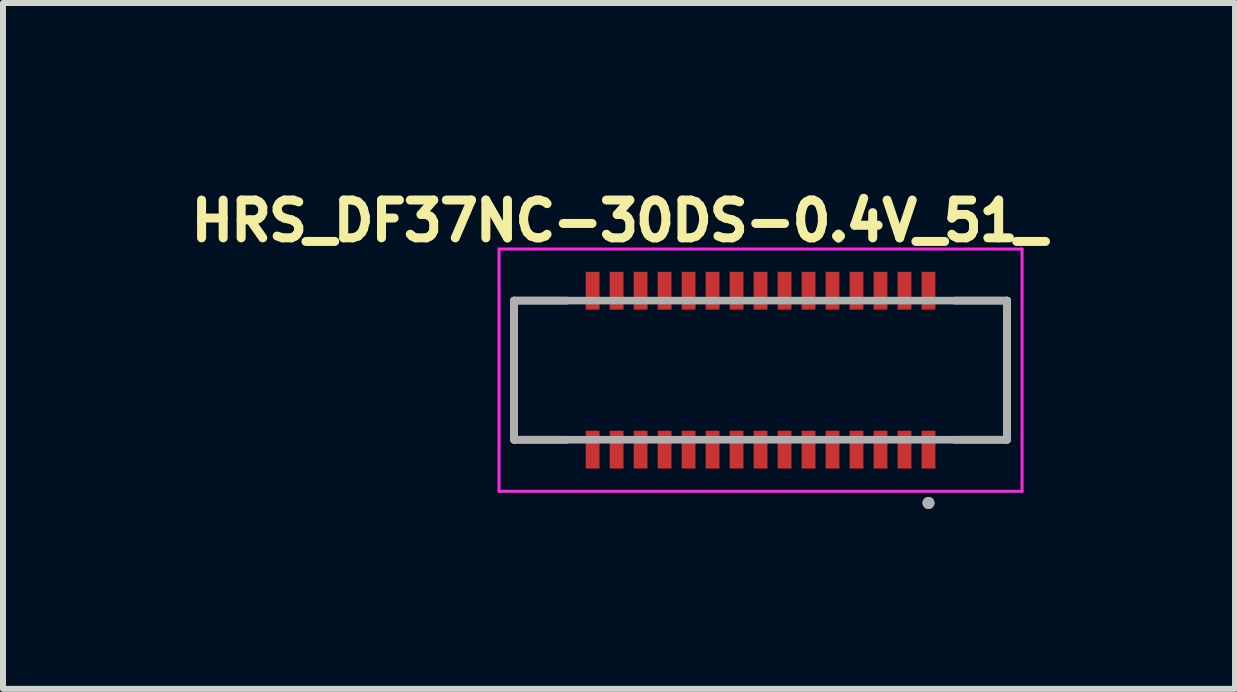
<source format=kicad_pcb>
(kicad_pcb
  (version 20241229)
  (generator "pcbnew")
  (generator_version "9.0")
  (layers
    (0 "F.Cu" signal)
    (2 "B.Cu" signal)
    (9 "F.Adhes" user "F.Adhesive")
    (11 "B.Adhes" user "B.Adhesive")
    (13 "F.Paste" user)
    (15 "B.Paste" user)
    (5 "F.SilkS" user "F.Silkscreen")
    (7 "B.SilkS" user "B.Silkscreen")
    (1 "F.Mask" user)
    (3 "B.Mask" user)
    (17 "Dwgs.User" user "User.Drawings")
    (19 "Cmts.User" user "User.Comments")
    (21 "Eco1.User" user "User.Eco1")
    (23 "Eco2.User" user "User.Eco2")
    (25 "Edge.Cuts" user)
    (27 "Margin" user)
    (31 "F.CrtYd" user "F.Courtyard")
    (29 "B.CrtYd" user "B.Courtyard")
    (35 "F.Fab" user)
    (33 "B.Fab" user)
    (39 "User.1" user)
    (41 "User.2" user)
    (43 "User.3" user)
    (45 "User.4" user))
  (footprint "HRS_DF37NC-30DS-0.4V_51_"
    (layer "F.Cu")
    (at 9.631 3.122)
    (property "Reference" "HRS_DF37NC-30DS-0.4V_51_" (at -2.36 -2.49 0) (layer "F.SilkS") (effects (font (size 0.63 0.63) (thickness 0.15))))
    (attr smd)
    (fp_poly (pts (xy -2.965 -1.69) (xy -2.635 -1.69) (xy -2.635 -0.96) (xy -2.965 -0.96)) (stroke (width 0.01) (type solid)) (fill yes) (layer "F.Mask"))
    (fp_poly (pts (xy -2.965 0.96) (xy -2.635 0.96) (xy -2.635 1.69) (xy -2.965 1.69)) (stroke (width 0.01) (type solid)) (fill yes) (layer "F.Mask"))
    (fp_poly (pts (xy -2.565 -1.69) (xy -2.235 -1.69) (xy -2.235 -0.96) (xy -2.565 -0.96)) (stroke (width 0.01) (type solid)) (fill yes) (layer "F.Mask"))
    (fp_poly (pts (xy -2.565 0.96) (xy -2.235 0.96) (xy -2.235 1.69) (xy -2.565 1.69)) (stroke (width 0.01) (type solid)) (fill yes) (layer "F.Mask"))
    (fp_poly (pts (xy -2.165 -1.69) (xy -1.835 -1.69) (xy -1.835 -0.96) (xy -2.165 -0.96)) (stroke (width 0.01) (type solid)) (fill yes) (layer "F.Mask"))
    (fp_poly (pts (xy -2.165 0.96) (xy -1.835 0.96) (xy -1.835 1.69) (xy -2.165 1.69)) (stroke (width 0.01) (type solid)) (fill yes) (layer "F.Mask"))
    (fp_poly (pts (xy -1.765 -1.69) (xy -1.435 -1.69) (xy -1.435 -0.96) (xy -1.765 -0.96)) (stroke (width 0.01) (type solid)) (fill yes) (layer "F.Mask"))
    (fp_poly (pts (xy -1.765 0.96) (xy -1.435 0.96) (xy -1.435 1.69) (xy -1.765 1.69)) (stroke (width 0.01) (type solid)) (fill yes) (layer "F.Mask"))
    (fp_poly (pts (xy -1.365 -1.69) (xy -1.035 -1.69) (xy -1.035 -0.96) (xy -1.365 -0.96)) (stroke (width 0.01) (type solid)) (fill yes) (layer "F.Mask"))
    (fp_poly (pts (xy -1.365 0.96) (xy -1.035 0.96) (xy -1.035 1.69) (xy -1.365 1.69)) (stroke (width 0.01) (type solid)) (fill yes) (layer "F.Mask"))
    (fp_poly (pts (xy -0.965 -1.69) (xy -0.635 -1.69) (xy -0.635 -0.96) (xy -0.965 -0.96)) (stroke (width 0.01) (type solid)) (fill yes) (layer "F.Mask"))
    (fp_poly (pts (xy -0.965 0.96) (xy -0.635 0.96) (xy -0.635 1.69) (xy -0.965 1.69)) (stroke (width 0.01) (type solid)) (fill yes) (layer "F.Mask"))
    (fp_poly (pts (xy -0.565 -1.69) (xy -0.235 -1.69) (xy -0.235 -0.96) (xy -0.565 -0.96)) (stroke (width 0.01) (type solid)) (fill yes) (layer "F.Mask"))
    (fp_poly (pts (xy -0.565 0.96) (xy -0.235 0.96) (xy -0.235 1.69) (xy -0.565 1.69)) (stroke (width 0.01) (type solid)) (fill yes) (layer "F.Mask"))
    (fp_poly (pts (xy -0.165 -1.69) (xy 0.165 -1.69) (xy 0.165 -0.96) (xy -0.165 -0.96)) (stroke (width 0.01) (type solid)) (fill yes) (layer "F.Mask"))
    (fp_poly (pts (xy -0.165 0.96) (xy 0.165 0.96) (xy 0.165 1.69) (xy -0.165 1.69)) (stroke (width 0.01) (type solid)) (fill yes) (layer "F.Mask"))
    (fp_poly (pts (xy 0.235 -1.69) (xy 0.565 -1.69) (xy 0.565 -0.96) (xy 0.235 -0.96)) (stroke (width 0.01) (type solid)) (fill yes) (layer "F.Mask"))
    (fp_poly (pts (xy 0.235 0.96) (xy 0.565 0.96) (xy 0.565 1.69) (xy 0.235 1.69)) (stroke (width 0.01) (type solid)) (fill yes) (layer "F.Mask"))
    (fp_poly (pts (xy 0.635 -1.69) (xy 0.965 -1.69) (xy 0.965 -0.96) (xy 0.635 -0.96)) (stroke (width 0.01) (type solid)) (fill yes) (layer "F.Mask"))
    (fp_poly (pts (xy 0.635 0.96) (xy 0.965 0.96) (xy 0.965 1.69) (xy 0.635 1.69)) (stroke (width 0.01) (type solid)) (fill yes) (layer "F.Mask"))
    (fp_poly (pts (xy 1.035 -1.69) (xy 1.365 -1.69) (xy 1.365 -0.96) (xy 1.035 -0.96)) (stroke (width 0.01) (type solid)) (fill yes) (layer "F.Mask"))
    (fp_poly (pts (xy 1.035 0.96) (xy 1.365 0.96) (xy 1.365 1.69) (xy 1.035 1.69)) (stroke (width 0.01) (type solid)) (fill yes) (layer "F.Mask"))
    (fp_poly (pts (xy 1.435 -1.69) (xy 1.765 -1.69) (xy 1.765 -0.96) (xy 1.435 -0.96)) (stroke (width 0.01) (type solid)) (fill yes) (layer "F.Mask"))
    (fp_poly (pts (xy 1.435 0.96) (xy 1.765 0.96) (xy 1.765 1.69) (xy 1.435 1.69)) (stroke (width 0.01) (type solid)) (fill yes) (layer "F.Mask"))
    (fp_poly (pts (xy 1.835 -1.69) (xy 2.165 -1.69) (xy 2.165 -0.96) (xy 1.835 -0.96)) (stroke (width 0.01) (type solid)) (fill yes) (layer "F.Mask"))
    (fp_poly (pts (xy 1.835 0.96) (xy 2.165 0.96) (xy 2.165 1.69) (xy 1.835 1.69)) (stroke (width 0.01) (type solid)) (fill yes) (layer "F.Mask"))
    (fp_poly (pts (xy 2.235 -1.69) (xy 2.565 -1.69) (xy 2.565 -0.96) (xy 2.235 -0.96)) (stroke (width 0.01) (type solid)) (fill yes) (layer "F.Mask"))
    (fp_poly (pts (xy 2.235 0.96) (xy 2.565 0.96) (xy 2.565 1.69) (xy 2.235 1.69)) (stroke (width 0.01) (type solid)) (fill yes) (layer "F.Mask"))
    (fp_poly (pts (xy 2.635 -1.69) (xy 2.965 -1.69) (xy 2.965 -0.96) (xy 2.635 -0.96)) (stroke (width 0.01) (type solid)) (fill yes) (layer "F.Mask"))
    (fp_poly (pts (xy 2.635 0.96) (xy 2.965 0.96) (xy 2.965 1.69) (xy 2.635 1.69)) (stroke (width 0.01) (type solid)) (fill yes) (layer "F.Mask"))
    (fp_line (start -4.11 -1.16) (end -3.235 -1.16) (stroke (width 0.127) (type solid)) (layer "F.SilkS"))
    (fp_line (start -4.11 1.16) (end -4.11 -1.16) (stroke (width 0.127) (type solid)) (layer "F.SilkS"))
    (fp_line (start -3.235 1.16) (end -4.11 1.16) (stroke (width 0.127) (type solid)) (layer "F.SilkS"))
    (fp_line (start 3.235 -1.16) (end 4.11 -1.16) (stroke (width 0.127) (type solid)) (layer "F.SilkS"))
    (fp_line (start 3.235 1.16) (end 4.11 1.16) (stroke (width 0.127) (type solid)) (layer "F.SilkS"))
    (fp_line (start 4.11 -1.16) (end 4.11 1.16) (stroke (width 0.127) (type solid)) (layer "F.SilkS"))
    (fp_circle (center 2.8 2.214) (end 2.85 2.214) (stroke (width 0.1) (type solid)) (fill no) (layer "F.SilkS"))
    (fp_poly (pts (xy -2.915 -1.77) (xy -2.685 -1.77) (xy -2.685 -1.14) (xy -2.915 -1.14)) (stroke (width 0.01) (type solid)) (fill yes) (layer "F.Paste"))
    (fp_poly (pts (xy -2.915 1.14) (xy -2.685 1.14) (xy -2.685 1.77) (xy -2.915 1.77)) (stroke (width 0.01) (type solid)) (fill yes) (layer "F.Paste"))
    (fp_poly (pts (xy -2.515 -1.77) (xy -2.285 -1.77) (xy -2.285 -1.14) (xy -2.515 -1.14)) (stroke (width 0.01) (type solid)) (fill yes) (layer "F.Paste"))
    (fp_poly (pts (xy -2.515 1.14) (xy -2.285 1.14) (xy -2.285 1.77) (xy -2.515 1.77)) (stroke (width 0.01) (type solid)) (fill yes) (layer "F.Paste"))
    (fp_poly (pts (xy -2.115 -1.77) (xy -1.885 -1.77) (xy -1.885 -1.14) (xy -2.115 -1.14)) (stroke (width 0.01) (type solid)) (fill yes) (layer "F.Paste"))
    (fp_poly (pts (xy -2.115 1.14) (xy -1.885 1.14) (xy -1.885 1.77) (xy -2.115 1.77)) (stroke (width 0.01) (type solid)) (fill yes) (layer "F.Paste"))
    (fp_poly (pts (xy -1.715 -1.77) (xy -1.485 -1.77) (xy -1.485 -1.14) (xy -1.715 -1.14)) (stroke (width 0.01) (type solid)) (fill yes) (layer "F.Paste"))
    (fp_poly (pts (xy -1.715 1.14) (xy -1.485 1.14) (xy -1.485 1.77) (xy -1.715 1.77)) (stroke (width 0.01) (type solid)) (fill yes) (layer "F.Paste"))
    (fp_poly (pts (xy -1.315 -1.77) (xy -1.085 -1.77) (xy -1.085 -1.14) (xy -1.315 -1.14)) (stroke (width 0.01) (type solid)) (fill yes) (layer "F.Paste"))
    (fp_poly (pts (xy -1.315 1.14) (xy -1.085 1.14) (xy -1.085 1.77) (xy -1.315 1.77)) (stroke (width 0.01) (type solid)) (fill yes) (layer "F.Paste"))
    (fp_poly (pts (xy -0.915 -1.77) (xy -0.685 -1.77) (xy -0.685 -1.14) (xy -0.915 -1.14)) (stroke (width 0.01) (type solid)) (fill yes) (layer "F.Paste"))
    (fp_poly (pts (xy -0.915 1.14) (xy -0.685 1.14) (xy -0.685 1.77) (xy -0.915 1.77)) (stroke (width 0.01) (type solid)) (fill yes) (layer "F.Paste"))
    (fp_poly (pts (xy -0.515 -1.77) (xy -0.285 -1.77) (xy -0.285 -1.14) (xy -0.515 -1.14)) (stroke (width 0.01) (type solid)) (fill yes) (layer "F.Paste"))
    (fp_poly (pts (xy -0.515 1.14) (xy -0.285 1.14) (xy -0.285 1.77) (xy -0.515 1.77)) (stroke (width 0.01) (type solid)) (fill yes) (layer "F.Paste"))
    (fp_poly (pts (xy -0.115 -1.77) (xy 0.115 -1.77) (xy 0.115 -1.14) (xy -0.115 -1.14)) (stroke (width 0.01) (type solid)) (fill yes) (layer "F.Paste"))
    (fp_poly (pts (xy -0.115 1.14) (xy 0.115 1.14) (xy 0.115 1.77) (xy -0.115 1.77)) (stroke (width 0.01) (type solid)) (fill yes) (layer "F.Paste"))
    (fp_poly (pts (xy 0.285 -1.77) (xy 0.515 -1.77) (xy 0.515 -1.14) (xy 0.285 -1.14)) (stroke (width 0.01) (type solid)) (fill yes) (layer "F.Paste"))
    (fp_poly (pts (xy 0.285 1.14) (xy 0.515 1.14) (xy 0.515 1.77) (xy 0.285 1.77)) (stroke (width 0.01) (type solid)) (fill yes) (layer "F.Paste"))
    (fp_poly (pts (xy 0.685 -1.77) (xy 0.915 -1.77) (xy 0.915 -1.14) (xy 0.685 -1.14)) (stroke (width 0.01) (type solid)) (fill yes) (layer "F.Paste"))
    (fp_poly (pts (xy 0.685 1.14) (xy 0.915 1.14) (xy 0.915 1.77) (xy 0.685 1.77)) (stroke (width 0.01) (type solid)) (fill yes) (layer "F.Paste"))
    (fp_poly (pts (xy 1.085 -1.77) (xy 1.315 -1.77) (xy 1.315 -1.14) (xy 1.085 -1.14)) (stroke (width 0.01) (type solid)) (fill yes) (layer "F.Paste"))
    (fp_poly (pts (xy 1.085 1.14) (xy 1.315 1.14) (xy 1.315 1.77) (xy 1.085 1.77)) (stroke (width 0.01) (type solid)) (fill yes) (layer "F.Paste"))
    (fp_poly (pts (xy 1.485 -1.77) (xy 1.715 -1.77) (xy 1.715 -1.14) (xy 1.485 -1.14)) (stroke (width 0.01) (type solid)) (fill yes) (layer "F.Paste"))
    (fp_poly (pts (xy 1.485 1.14) (xy 1.715 1.14) (xy 1.715 1.77) (xy 1.485 1.77)) (stroke (width 0.01) (type solid)) (fill yes) (layer "F.Paste"))
    (fp_poly (pts (xy 1.885 -1.77) (xy 2.115 -1.77) (xy 2.115 -1.14) (xy 1.885 -1.14)) (stroke (width 0.01) (type solid)) (fill yes) (layer "F.Paste"))
    (fp_poly (pts (xy 1.885 1.14) (xy 2.115 1.14) (xy 2.115 1.77) (xy 1.885 1.77)) (stroke (width 0.01) (type solid)) (fill yes) (layer "F.Paste"))
    (fp_poly (pts (xy 2.285 -1.77) (xy 2.515 -1.77) (xy 2.515 -1.14) (xy 2.285 -1.14)) (stroke (width 0.01) (type solid)) (fill yes) (layer "F.Paste"))
    (fp_poly (pts (xy 2.285 1.14) (xy 2.515 1.14) (xy 2.515 1.77) (xy 2.285 1.77)) (stroke (width 0.01) (type solid)) (fill yes) (layer "F.Paste"))
    (fp_poly (pts (xy 2.685 -1.77) (xy 2.915 -1.77) (xy 2.915 -1.14) (xy 2.685 -1.14)) (stroke (width 0.01) (type solid)) (fill yes) (layer "F.Paste"))
    (fp_poly (pts (xy 2.685 1.14) (xy 2.915 1.14) (xy 2.915 1.77) (xy 2.685 1.77)) (stroke (width 0.01) (type solid)) (fill yes) (layer "F.Paste"))
    (fp_line (start -4.36 -2.02) (end 4.36 -2.02) (stroke (width 0.05) (type solid)) (layer "F.CrtYd"))
    (fp_line (start -4.36 2.02) (end -4.36 -2.02) (stroke (width 0.05) (type solid)) (layer "F.CrtYd"))
    (fp_line (start 4.36 -2.02) (end 4.36 2.02) (stroke (width 0.05) (type solid)) (layer "F.CrtYd"))
    (fp_line (start 4.36 2.02) (end -4.36 2.02) (stroke (width 0.05) (type solid)) (layer "F.CrtYd"))
    (fp_line (start -4.11 -1.16) (end 4.11 -1.16) (stroke (width 0.127) (type solid)) (layer "F.Fab"))
    (fp_line (start -4.11 1.16) (end -4.11 -1.16) (stroke (width 0.127) (type solid)) (layer "F.Fab"))
    (fp_line (start 4.11 -1.16) (end 4.11 1.16) (stroke (width 0.127) (type solid)) (layer "F.Fab"))
    (fp_line (start 4.11 1.16) (end -4.11 1.16) (stroke (width 0.127) (type solid)) (layer "F.Fab"))
    (fp_circle (center 2.8 2.214) (end 2.85 2.214) (stroke (width 0.1) (type solid)) (fill no) (layer "F.Fab"))
    (pad "01" smd rect (at 2.8 1.325) (size 0.23 0.63) (layers "F.Cu"))
    (pad "02" smd rect (at 2.8 -1.325) (size 0.23 0.63) (layers "F.Cu"))
    (pad "03" smd rect (at 2.4 1.325) (size 0.23 0.63) (layers "F.Cu"))
    (pad "04" smd rect (at 2.4 -1.325) (size 0.23 0.63) (layers "F.Cu"))
    (pad "05" smd rect (at 2 1.325) (size 0.23 0.63) (layers "F.Cu"))
    (pad "06" smd rect (at 2 -1.325) (size 0.23 0.63) (layers "F.Cu"))
    (pad "07" smd rect (at 1.6 1.325) (size 0.23 0.63) (layers "F.Cu"))
    (pad "08" smd rect (at 1.6 -1.325) (size 0.23 0.63) (layers "F.Cu"))
    (pad "09" smd rect (at 1.2 1.325) (size 0.23 0.63) (layers "F.Cu"))
    (pad "10" smd rect (at 1.2 -1.325) (size 0.23 0.63) (layers "F.Cu"))
    (pad "11" smd rect (at 0.8 1.325) (size 0.23 0.63) (layers "F.Cu"))
    (pad "12" smd rect (at 0.8 -1.325) (size 0.23 0.63) (layers "F.Cu"))
    (pad "13" smd rect (at 0.4 1.325) (size 0.23 0.63) (layers "F.Cu"))
    (pad "14" smd rect (at 0.4 -1.325) (size 0.23 0.63) (layers "F.Cu"))
    (pad "15" smd rect (at 0 1.325) (size 0.23 0.63) (layers "F.Cu"))
    (pad "16" smd rect (at 0 -1.325) (size 0.23 0.63) (layers "F.Cu"))
    (pad "17" smd rect (at -0.4 1.325) (size 0.23 0.63) (layers "F.Cu"))
    (pad "18" smd rect (at -0.4 -1.325) (size 0.23 0.63) (layers "F.Cu"))
    (pad "19" smd rect (at -0.8 1.325) (size 0.23 0.63) (layers "F.Cu"))
    (pad "20" smd rect (at -0.8 -1.325) (size 0.23 0.63) (layers "F.Cu"))
    (pad "21" smd rect (at -1.2 1.325) (size 0.23 0.63) (layers "F.Cu"))
    (pad "22" smd rect (at -1.2 -1.325) (size 0.23 0.63) (layers "F.Cu"))
    (pad "23" smd rect (at -1.6 1.325) (size 0.23 0.63) (layers "F.Cu"))
    (pad "24" smd rect (at -1.6 -1.325) (size 0.23 0.63) (layers "F.Cu"))
    (pad "25" smd rect (at -2 1.325) (size 0.23 0.63) (layers "F.Cu"))
    (pad "26" smd rect (at -2 -1.325) (size 0.23 0.63) (layers "F.Cu"))
    (pad "27" smd rect (at -2.4 1.325) (size 0.23 0.63) (layers "F.Cu"))
    (pad "28" smd rect (at -2.4 -1.325) (size 0.23 0.63) (layers "F.Cu"))
    (pad "29" smd rect (at -2.8 1.325) (size 0.23 0.63) (layers "F.Cu"))
    (pad "30" smd rect (at -2.8 -1.325) (size 0.23 0.63) (layers "F.Cu")))
  (gr_rect
    (start -3 -3)
    (end 17.542 8.436)
    (stroke (width 0.1) (type default))
    (fill no)
    (layer "Edge.Cuts")))
</source>
